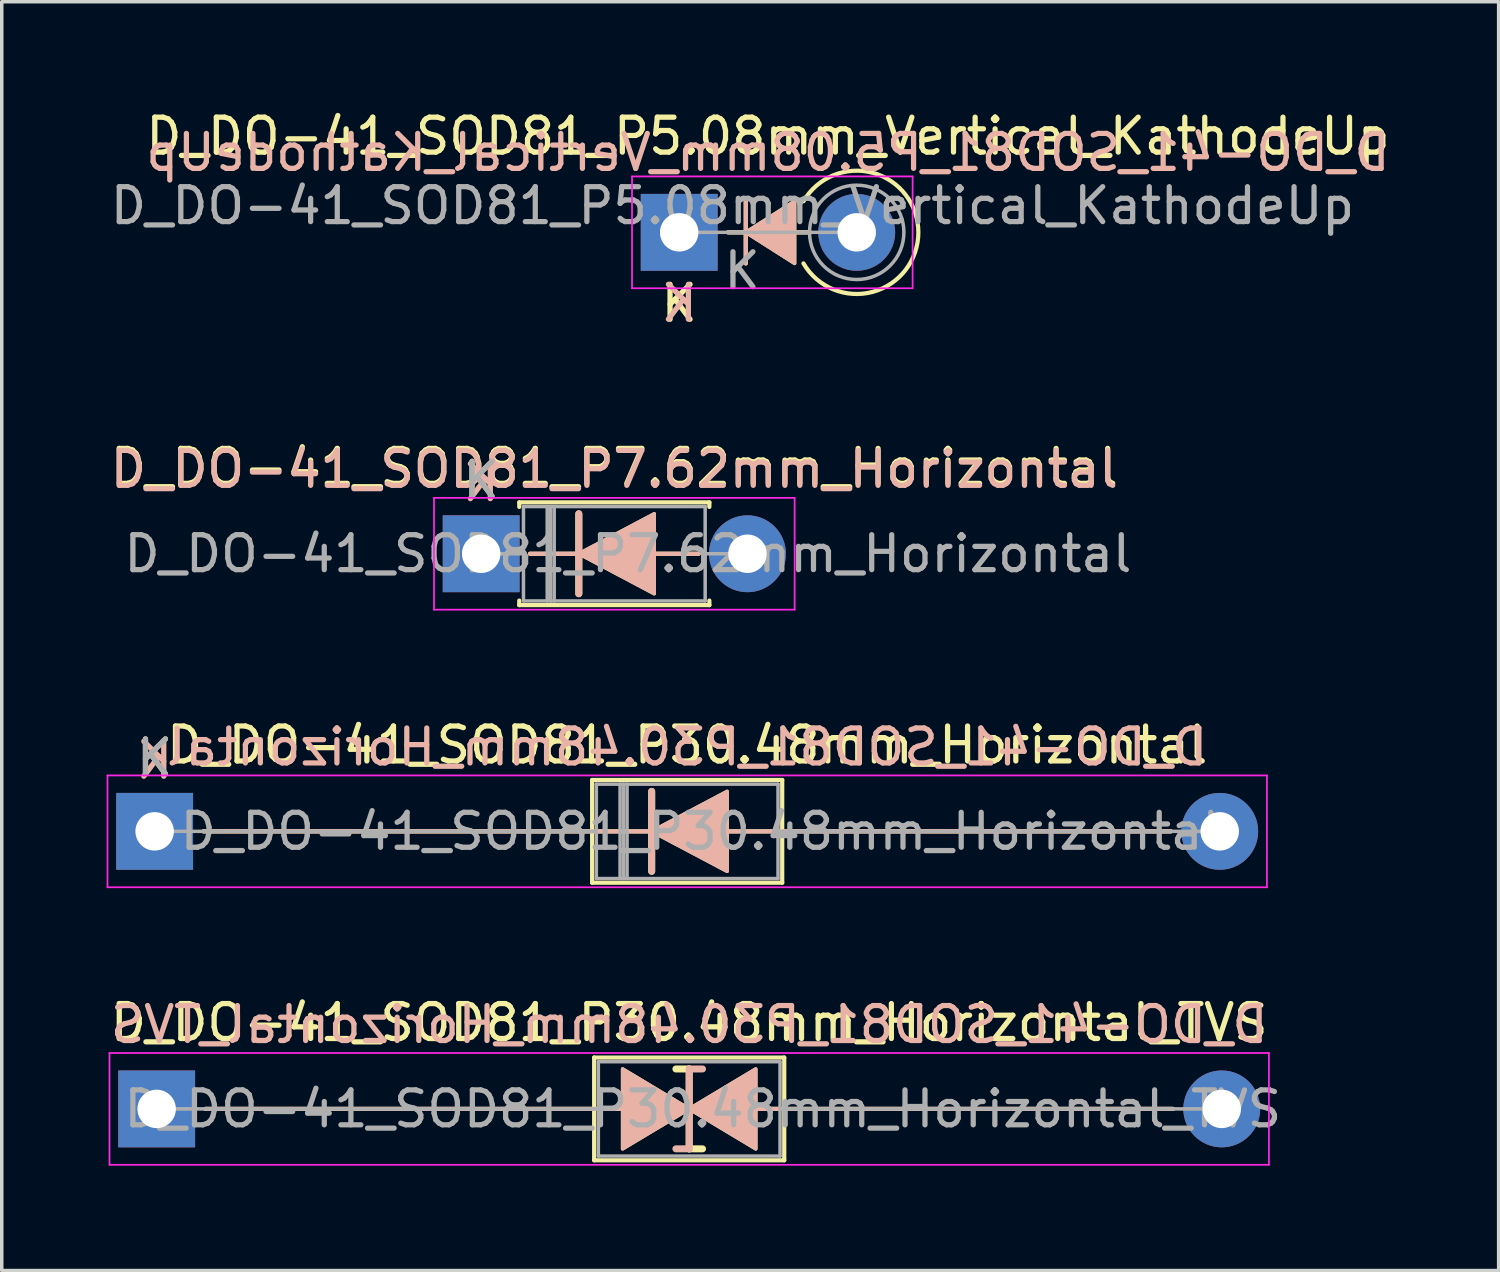
<source format=kicad_pcb>
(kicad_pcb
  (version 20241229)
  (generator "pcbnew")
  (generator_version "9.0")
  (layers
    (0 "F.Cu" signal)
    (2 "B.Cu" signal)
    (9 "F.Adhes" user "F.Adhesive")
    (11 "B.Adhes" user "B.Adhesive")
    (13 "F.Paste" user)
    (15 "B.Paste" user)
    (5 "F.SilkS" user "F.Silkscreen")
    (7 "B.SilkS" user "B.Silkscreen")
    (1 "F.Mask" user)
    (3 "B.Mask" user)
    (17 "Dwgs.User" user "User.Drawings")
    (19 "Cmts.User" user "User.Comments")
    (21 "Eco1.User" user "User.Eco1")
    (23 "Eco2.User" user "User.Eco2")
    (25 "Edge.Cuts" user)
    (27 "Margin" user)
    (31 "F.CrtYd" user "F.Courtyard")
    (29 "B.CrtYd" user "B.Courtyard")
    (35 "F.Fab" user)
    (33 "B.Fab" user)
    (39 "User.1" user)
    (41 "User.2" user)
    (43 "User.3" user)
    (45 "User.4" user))
  (footprint "D_DO-41_SOD81_P7.62mm_Horizontal"
    (layer "F.Cu")
    (at 10.72 12.797)
    (property "Reference" "D_DO-41_SOD81_P7.62mm_Horizontal" (at 3.81 -2.47 0) (layer "F.SilkS") (effects (font (size 1 1) (thickness 0.15))))
    (fp_line (start 1.09 -1.47) (end 6.53 -1.47) (stroke (width 0.12) (type solid)) (layer "F.SilkS"))
    (fp_line (start 1.09 -1.34) (end 1.09 -1.47) (stroke (width 0.12) (type solid)) (layer "F.SilkS"))
    (fp_line (start 1.09 1.34) (end 1.09 1.47) (stroke (width 0.12) (type solid)) (layer "F.SilkS"))
    (fp_line (start 1.09 1.47) (end 6.53 1.47) (stroke (width 0.12) (type solid)) (layer "F.SilkS"))
    (fp_line (start 2.794 -1.143) (end 2.794 1.143) (stroke (width 0.2) (type solid)) (layer "F.SilkS"))
    (fp_line (start 2.794 0) (end 1.397 0) (stroke (width 0.12) (type solid)) (layer "F.SilkS"))
    (fp_line (start 4.953 0) (end 6.223 0) (stroke (width 0.12) (type solid)) (layer "F.SilkS"))
    (fp_line (start 6.53 -1.47) (end 6.53 -1.34) (stroke (width 0.12) (type solid)) (layer "F.SilkS"))
    (fp_line (start 6.53 1.47) (end 6.53 1.34) (stroke (width 0.12) (type solid)) (layer "F.SilkS"))
    (fp_poly (pts (xy 4.953 1.143) (xy 2.794 0) (xy 4.953 -1.143)) (stroke (width 0.1) (type solid)) (fill yes) (layer "F.SilkS"))
    (fp_line (start 2.794 0) (end 1.397 0) (stroke (width 0.12) (type solid)) (layer "B.SilkS"))
    (fp_line (start 2.794 1.143) (end 2.794 -1.143) (stroke (width 0.2) (type solid)) (layer "B.SilkS"))
    (fp_line (start 4.953 0) (end 6.223 0) (stroke (width 0.12) (type solid)) (layer "B.SilkS"))
    (fp_poly (pts (xy 4.953 -1.143) (xy 2.794 0) (xy 4.953 1.143)) (stroke (width 0.1) (type solid)) (fill yes) (layer "B.SilkS"))
    (fp_line (start -1.35 -1.6) (end -1.35 1.6) (stroke (width 0.05) (type solid)) (layer "F.CrtYd"))
    (fp_line (start -1.35 1.6) (end 8.97 1.6) (stroke (width 0.05) (type solid)) (layer "F.CrtYd"))
    (fp_line (start 8.97 -1.6) (end -1.35 -1.6) (stroke (width 0.05) (type solid)) (layer "F.CrtYd"))
    (fp_line (start 8.97 1.6) (end 8.97 -1.6) (stroke (width 0.05) (type solid)) (layer "F.CrtYd"))
    (fp_line (start 0 0) (end 1.21 0) (stroke (width 0.1) (type solid)) (layer "F.Fab"))
    (fp_line (start 1.21 -1.35) (end 1.21 1.35) (stroke (width 0.1) (type solid)) (layer "F.Fab"))
    (fp_line (start 1.21 1.35) (end 6.41 1.35) (stroke (width 0.1) (type solid)) (layer "F.Fab"))
    (fp_line (start 1.89 -1.35) (end 1.89 1.35) (stroke (width 0.1) (type solid)) (layer "F.Fab"))
    (fp_line (start 1.99 -1.35) (end 1.99 1.35) (stroke (width 0.1) (type solid)) (layer "F.Fab"))
    (fp_line (start 2.09 -1.35) (end 2.09 1.35) (stroke (width 0.1) (type solid)) (layer "F.Fab"))
    (fp_line (start 6.41 -1.35) (end 1.21 -1.35) (stroke (width 0.1) (type solid)) (layer "F.Fab"))
    (fp_line (start 6.41 1.35) (end 6.41 -1.35) (stroke (width 0.1) (type solid)) (layer "F.Fab"))
    (fp_line (start 7.62 0) (end 6.41 0) (stroke (width 0.1) (type solid)) (layer "F.Fab"))
    (fp_text user "K" (at 0 -2.1 0) (layer "F.SilkS") (effects (font (size 1 1) (thickness 0.15))))
    (fp_text user "${REFERENCE}" (at 3.81 -2.413 0) (layer "B.SilkS") (effects (font (size 1 1) (thickness 0.15))))
    (fp_text user "K" (at 0 -2.032 0) (layer "B.SilkS") (effects (font (size 1 1) (thickness 0.15)) (justify mirror)))
    (fp_text user "K" (at 0 -2.1 0) (layer "F.Fab") (effects (font (size 1 1) (thickness 0.15))))
    (fp_text user "${REFERENCE}" (at 4.2 0 0) (layer "F.Fab") (effects (font (size 1 1) (thickness 0.15))))
    (pad "1" thru_hole rect (at 0 0) (size 2.2 2.2) (drill 1.1) (layers "*.Cu" "*.Mask"))
    (pad "2" thru_hole oval (at 7.62 0) (size 2.2 2.2) (drill 1.1) (layers "*.Cu" "*.Mask")))
  (footprint "D_DO-41_SOD81_P30.48mm_Horizontal"
    (layer "F.Cu")
    (at 1.375 20.741)
    (property "Reference" "D_DO-41_SOD81_P30.48mm_Horizontal" (at 15.24 -2.47 0) (layer "F.SilkS") (effects (font (size 1 1) (thickness 0.15))))
    (fp_line (start 1.397 0) (end 12.52 0) (stroke (width 0.12) (type solid)) (layer "F.SilkS"))
    (fp_line (start 12.52 -1.47) (end 12.52 1.47) (stroke (width 0.12) (type solid)) (layer "F.SilkS"))
    (fp_line (start 12.52 1.47) (end 17.96 1.47) (stroke (width 0.12) (type solid)) (layer "F.SilkS"))
    (fp_line (start 14.224 -1.143) (end 14.224 1.143) (stroke (width 0.2) (type solid)) (layer "F.SilkS"))
    (fp_line (start 14.224 0) (end 12.52 0) (stroke (width 0.12) (type solid)) (layer "F.SilkS"))
    (fp_line (start 16.383 0) (end 17.96 0) (stroke (width 0.12) (type solid)) (layer "F.SilkS"))
    (fp_line (start 17.96 -1.47) (end 12.52 -1.47) (stroke (width 0.12) (type solid)) (layer "F.SilkS"))
    (fp_line (start 17.96 1.47) (end 17.96 -1.47) (stroke (width 0.12) (type solid)) (layer "F.SilkS"))
    (fp_line (start 29.083 0) (end 17.96 0) (stroke (width 0.12) (type solid)) (layer "F.SilkS"))
    (fp_poly (pts (xy 16.383 1.143) (xy 14.224 0) (xy 16.383 -1.143)) (stroke (width 0.1) (type solid)) (fill yes) (layer "F.SilkS"))
    (fp_line (start 1.397 0) (end 12.52 0) (stroke (width 0.12) (type solid)) (layer "B.SilkS"))
    (fp_line (start 14.224 0) (end 12.52 0) (stroke (width 0.12) (type solid)) (layer "B.SilkS"))
    (fp_line (start 14.224 1.143) (end 14.224 -1.143) (stroke (width 0.2) (type solid)) (layer "B.SilkS"))
    (fp_line (start 16.383 0) (end 17.96 0) (stroke (width 0.12) (type solid)) (layer "B.SilkS"))
    (fp_line (start 29.083 0) (end 17.96 0) (stroke (width 0.12) (type solid)) (layer "B.SilkS"))
    (fp_poly (pts (xy 16.383 -1.143) (xy 14.224 0) (xy 16.383 1.143)) (stroke (width 0.1) (type solid)) (fill yes) (layer "B.SilkS"))
    (fp_line (start -1.35 -1.6) (end -1.35 1.6) (stroke (width 0.05) (type solid)) (layer "F.CrtYd"))
    (fp_line (start -1.35 1.6) (end 31.83 1.6) (stroke (width 0.05) (type solid)) (layer "F.CrtYd"))
    (fp_line (start 31.83 -1.6) (end -1.35 -1.6) (stroke (width 0.05) (type solid)) (layer "F.CrtYd"))
    (fp_line (start 31.83 1.6) (end 31.83 -1.6) (stroke (width 0.05) (type solid)) (layer "F.CrtYd"))
    (fp_line (start 0 0) (end 12.64 0) (stroke (width 0.1) (type solid)) (layer "F.Fab"))
    (fp_line (start 12.64 -1.35) (end 12.64 1.35) (stroke (width 0.1) (type solid)) (layer "F.Fab"))
    (fp_line (start 12.64 1.35) (end 17.84 1.35) (stroke (width 0.1) (type solid)) (layer "F.Fab"))
    (fp_line (start 13.32 -1.35) (end 13.32 1.35) (stroke (width 0.1) (type solid)) (layer "F.Fab"))
    (fp_line (start 13.42 -1.35) (end 13.42 1.35) (stroke (width 0.1) (type solid)) (layer "F.Fab"))
    (fp_line (start 13.52 -1.35) (end 13.52 1.35) (stroke (width 0.1) (type solid)) (layer "F.Fab"))
    (fp_line (start 17.84 -1.35) (end 12.64 -1.35) (stroke (width 0.1) (type solid)) (layer "F.Fab"))
    (fp_line (start 17.84 1.35) (end 17.84 -1.35) (stroke (width 0.1) (type solid)) (layer "F.Fab"))
    (fp_line (start 30.48 0) (end 17.84 0) (stroke (width 0.1) (type solid)) (layer "F.Fab"))
    (fp_text user "K" (at 0 -2.1 0) (layer "F.SilkS") (effects (font (size 1 1) (thickness 0.15))))
    (fp_text user "${REFERENCE}" (at 15.24 -2.413 0) (layer "B.SilkS") (effects (font (size 1 1) (thickness 0.15)) (justify mirror)))
    (fp_text user "K" (at 0 -2.032 0) (layer "B.SilkS") (effects (font (size 1 1) (thickness 0.15)) (justify mirror)))
    (fp_text user "${REFERENCE}" (at 15.63 0 0) (layer "F.Fab") (effects (font (size 1 1) (thickness 0.15))))
    (fp_text user "K" (at 0 -2.1 0) (layer "F.Fab") (effects (font (size 1 1) (thickness 0.15))))
    (pad "1" thru_hole rect (at 0 0) (size 2.2 2.2) (drill 1.1) (layers "*.Cu" "*.Mask"))
    (pad "2" thru_hole oval (at 30.48 0) (size 2.2 2.2) (drill 1.1) (layers "*.Cu" "*.Mask")))
  (footprint "D_DO-41_SOD81_P5.08mm_Vertical_KathodeUp"
    (layer "F.Cu")
    (at 16.387 3.599)
    (property "Reference" "D_DO-41_SOD81_P5.08mm_Vertical_KathodeUp" (at 2.54 -2.751 0) (layer "F.SilkS") (effects (font (size 1 1) (thickness 0.15))))
    (fp_line (start 1.905 -0.889) (end 1.905 0.889) (stroke (width 0.12) (type solid)) (layer "F.SilkS"))
    (fp_line (start 3.683 0) (end 1.397 0) (stroke (width 0.12) (type solid)) (layer "F.SilkS"))
    (fp_arc (start 3.556 -0.888999) (mid 6.844338 0) (end 3.556 0.889) (stroke (width 0.12) (type solid)) (layer "F.SilkS"))
    (fp_poly (pts (xy 3.302 0.889) (xy 1.905 0) (xy 3.302 -0.889)) (stroke (width 0.1) (type solid)) (fill yes) (layer "F.SilkS"))
    (fp_line (start 1.905 0.889) (end 1.905 -0.889) (stroke (width 0.12) (type solid)) (layer "B.SilkS"))
    (fp_line (start 3.683 0) (end 1.397 0) (stroke (width 0.12) (type solid)) (layer "B.SilkS"))
    (fp_poly (pts (xy 3.302 -0.889) (xy 1.905 0) (xy 3.302 0.889)) (stroke (width 0.1) (type solid)) (fill yes) (layer "B.SilkS"))
    (fp_line (start -1.35 -1.6) (end -1.35 1.6) (stroke (width 0.05) (type solid)) (layer "F.CrtYd"))
    (fp_line (start -1.35 1.6) (end 6.68 1.6) (stroke (width 0.05) (type solid)) (layer "F.CrtYd"))
    (fp_line (start 6.68 -1.6) (end -1.35 -1.6) (stroke (width 0.05) (type solid)) (layer "F.CrtYd"))
    (fp_line (start 6.68 1.6) (end 6.68 -1.6) (stroke (width 0.05) (type solid)) (layer "F.CrtYd"))
    (fp_line (start 0 0) (end 5.08 0) (stroke (width 0.1) (type solid)) (layer "F.Fab"))
    (fp_circle (center 5.08 0) (end 6.43 0) (stroke (width 0.1) (type solid)) (fill no) (layer "F.Fab"))
    (fp_text user "K" (at 0 2.032 0) (layer "F.SilkS") (effects (font (size 1 1) (thickness 0.15))))
    (fp_text user "K" (at 0 2.032 0) (layer "B.SilkS") (effects (font (size 1 1) (thickness 0.15)) (justify mirror)))
    (fp_text user "${REFERENCE}" (at 2.54 -2.286 0) (layer "B.SilkS") (effects (font (size 1 1) (thickness 0.15)) (justify mirror)))
    (fp_text user "K" (at 1.8 1.1 0) (layer "F.Fab") (effects (font (size 1 1) (thickness 0.15))))
    (fp_text user "${REFERENCE}" (at 1.524 -0.762 0) (layer "F.Fab") (effects (font (size 1 1) (thickness 0.15))))
    (pad "1" thru_hole rect (at 0 0) (size 2.2 2.2) (drill 1.1) (layers "*.Cu" "*.Mask"))
    (pad "2" thru_hole oval (at 5.08 0) (size 2.2 2.2) (drill 1.1) (layers "*.Cu" "*.Mask")))
  (footprint "D_DO-41_SOD81_P30.48mm_Horizontal_TVS"
    (layer "F.Cu")
    (at 1.433 28.684)
    (property "Reference" "D_DO-41_SOD81_P30.48mm_Horizontal_TVS" (at 15.24 -2.47 0) (layer "F.SilkS") (effects (font (size 1 1) (thickness 0.15))))
    (fp_line (start 1.397 0) (end 12.52 0) (stroke (width 0.12) (type solid)) (layer "F.SilkS"))
    (fp_line (start 12.52 -1.47) (end 12.52 1.47) (stroke (width 0.12) (type solid)) (layer "F.SilkS"))
    (fp_line (start 12.52 0) (end 13.335 0) (stroke (width 0.12) (type solid)) (layer "F.SilkS"))
    (fp_line (start 12.52 1.47) (end 17.96 1.47) (stroke (width 0.12) (type solid)) (layer "F.SilkS"))
    (fp_line (start 15.24 -1.143) (end 14.859 -1.143) (stroke (width 0.2) (type solid)) (layer "F.SilkS"))
    (fp_line (start 15.24 1.143) (end 15.24 -1.143) (stroke (width 0.2) (type solid)) (layer "F.SilkS"))
    (fp_line (start 15.621 1.143) (end 15.24 1.143) (stroke (width 0.2) (type solid)) (layer "F.SilkS"))
    (fp_line (start 17.145 0) (end 17.96 0) (stroke (width 0.12) (type solid)) (layer "F.SilkS"))
    (fp_line (start 17.96 -1.47) (end 12.52 -1.47) (stroke (width 0.12) (type solid)) (layer "F.SilkS"))
    (fp_line (start 17.96 1.47) (end 17.96 -1.47) (stroke (width 0.12) (type solid)) (layer "F.SilkS"))
    (fp_line (start 29.083 0) (end 17.96 0) (stroke (width 0.12) (type solid)) (layer "F.SilkS"))
    (fp_poly (pts (xy 15.24 0) (xy 13.335 1.143) (xy 13.335 -1.143)) (stroke (width 0.1) (type solid)) (fill yes) (layer "F.SilkS"))
    (fp_poly (pts (xy 15.24 0) (xy 17.145 -1.143) (xy 17.145 1.143)) (stroke (width 0.1) (type solid)) (fill yes) (layer "F.SilkS"))
    (fp_line (start 1.397 0) (end 12.52 0) (stroke (width 0.12) (type solid)) (layer "B.SilkS"))
    (fp_line (start 12.52 0) (end 13.335 0) (stroke (width 0.12) (type solid)) (layer "B.SilkS"))
    (fp_line (start 15.24 -1.143) (end 15.24 1.143) (stroke (width 0.2) (type solid)) (layer "B.SilkS"))
    (fp_line (start 15.24 1.143) (end 14.859 1.143) (stroke (width 0.2) (type solid)) (layer "B.SilkS"))
    (fp_line (start 15.621 -1.143) (end 15.24 -1.143) (stroke (width 0.2) (type solid)) (layer "B.SilkS"))
    (fp_line (start 17.145 0) (end 17.96 0) (stroke (width 0.12) (type solid)) (layer "B.SilkS"))
    (fp_line (start 29.083 0) (end 17.96 0) (stroke (width 0.12) (type solid)) (layer "B.SilkS"))
    (fp_poly (pts (xy 15.24 0) (xy 13.335 -1.143) (xy 13.335 1.143)) (stroke (width 0.1) (type solid)) (fill yes) (layer "B.SilkS"))
    (fp_poly (pts (xy 15.24 0) (xy 17.145 1.143) (xy 17.145 -1.143)) (stroke (width 0.1) (type solid)) (fill yes) (layer "B.SilkS"))
    (fp_line (start -1.35 -1.6) (end -1.35 1.6) (stroke (width 0.05) (type solid)) (layer "F.CrtYd"))
    (fp_line (start -1.35 1.6) (end 31.83 1.6) (stroke (width 0.05) (type solid)) (layer "F.CrtYd"))
    (fp_line (start 31.83 -1.6) (end -1.35 -1.6) (stroke (width 0.05) (type solid)) (layer "F.CrtYd"))
    (fp_line (start 31.83 1.6) (end 31.83 -1.6) (stroke (width 0.05) (type solid)) (layer "F.CrtYd"))
    (fp_line (start 0 0) (end 12.64 0) (stroke (width 0.1) (type solid)) (layer "F.Fab"))
    (fp_line (start 12.64 -1.35) (end 12.64 1.35) (stroke (width 0.1) (type solid)) (layer "F.Fab"))
    (fp_line (start 12.64 1.35) (end 17.84 1.35) (stroke (width 0.1) (type solid)) (layer "F.Fab"))
    (fp_line (start 17.84 -1.35) (end 12.64 -1.35) (stroke (width 0.1) (type solid)) (layer "F.Fab"))
    (fp_line (start 17.84 1.35) (end 17.84 -1.35) (stroke (width 0.1) (type solid)) (layer "F.Fab"))
    (fp_line (start 30.48 0) (end 17.84 0) (stroke (width 0.1) (type solid)) (layer "F.Fab"))
    (fp_text user "${REFERENCE}" (at 15.24 -2.413 0) (layer "B.SilkS") (effects (font (size 1 1) (thickness 0.15)) (justify mirror)))
    (fp_text user "${REFERENCE}" (at 15.63 0 0) (layer "F.Fab") (effects (font (size 1 1) (thickness 0.15))))
    (pad "1" thru_hole rect (at 0 0) (size 2.2 2.2) (drill 1.1) (layers "*.Cu" "*.Mask"))
    (pad "2" thru_hole oval (at 30.48 0) (size 2.2 2.2) (drill 1.1) (layers "*.Cu" "*.Mask")))
  (gr_rect
    (start -3 -3)
    (end 39.837 33.309)
    (stroke (width 0.1) (type default))
    (fill no)
    (layer "Edge.Cuts")))
</source>
